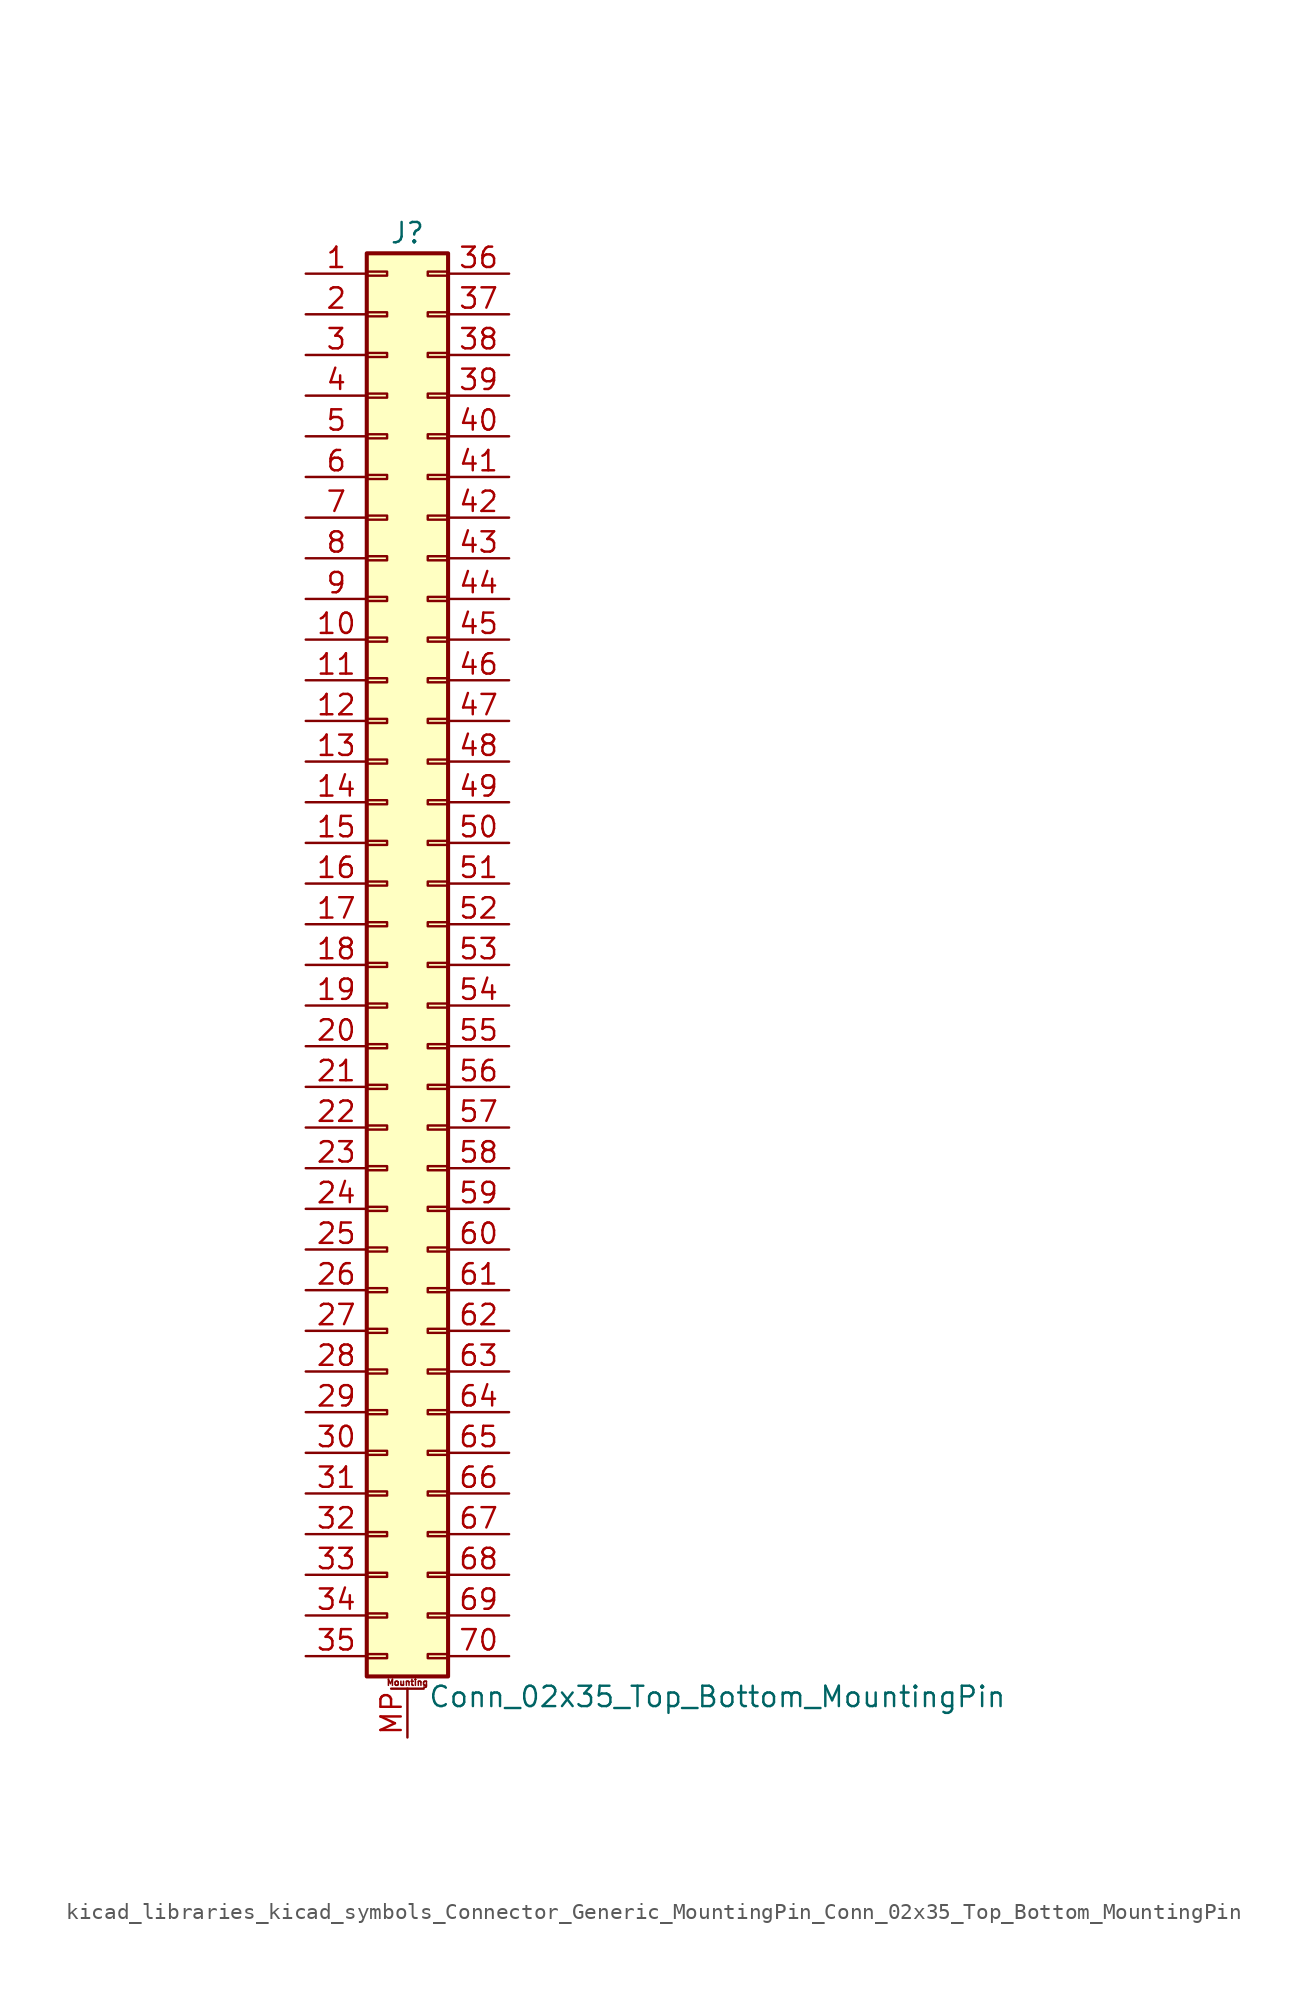
<source format=kicad_sym>
(kicad_symbol_lib
  (version 20220914)
  (generator kicad_symbol_editor)
  (symbol "kicad_libraries_kicad_symbols_Connector_Generic_MountingPin_Conn_02x35_Top_Bottom_MountingPin"
    (pin_names
      (offset 1.016) hide)
    (property "Reference" "J"
      (at 1.27 45.72 0)
      (effects (font (size 1.27 1.27))))
    (property "Value" "Conn_02x35_Top_Bottom_MountingPin"
      (at 2.54 -45.72 0)
      (effects (font (size 1.27 1.27)) (justify left)))
    (symbol "kicad_libraries_kicad_symbols_Connector_Generic_MountingPin_Conn_02x35_Top_Bottom_MountingPin_1_1"
      (rectangle (start -1.27 -43.053) (end 0 -43.307) (stroke (width 0.152) (type default)) (fill (type none)))
      (rectangle (start -1.27 -40.513) (end 0 -40.767) (stroke (width 0.152) (type default)) (fill (type none)))
      (rectangle (start -1.27 -37.973) (end 0 -38.227) (stroke (width 0.152) (type default)) (fill (type none)))
      (rectangle (start -1.27 -35.433) (end 0 -35.687) (stroke (width 0.152) (type default)) (fill (type none)))
      (rectangle (start -1.27 -32.893) (end 0 -33.147) (stroke (width 0.152) (type default)) (fill (type none)))
      (rectangle (start -1.27 -30.353) (end 0 -30.607) (stroke (width 0.152) (type default)) (fill (type none)))
      (rectangle (start -1.27 -27.813) (end 0 -28.067) (stroke (width 0.152) (type default)) (fill (type none)))
      (rectangle (start -1.27 -25.273) (end 0 -25.527) (stroke (width 0.152) (type default)) (fill (type none)))
      (rectangle (start -1.27 -22.733) (end 0 -22.987) (stroke (width 0.152) (type default)) (fill (type none)))
      (rectangle (start -1.27 -20.193) (end 0 -20.447) (stroke (width 0.152) (type default)) (fill (type none)))
      (rectangle (start -1.27 -17.653) (end 0 -17.907) (stroke (width 0.152) (type default)) (fill (type none)))
      (rectangle (start -1.27 -15.113) (end 0 -15.367) (stroke (width 0.152) (type default)) (fill (type none)))
      (rectangle (start -1.27 -12.573) (end 0 -12.827) (stroke (width 0.152) (type default)) (fill (type none)))
      (rectangle (start -1.27 -10.033) (end 0 -10.287) (stroke (width 0.152) (type default)) (fill (type none)))
      (rectangle (start -1.27 -7.493) (end 0 -7.747) (stroke (width 0.152) (type default)) (fill (type none)))
      (rectangle (start -1.27 -4.953) (end 0 -5.207) (stroke (width 0.152) (type default)) (fill (type none)))
      (rectangle (start -1.27 -2.413) (end 0 -2.667) (stroke (width 0.152) (type default)) (fill (type none)))
      (rectangle (start -1.27 0.127) (end 0 -0.127) (stroke (width 0.152) (type default)) (fill (type none)))
      (rectangle (start -1.27 2.667) (end 0 2.413) (stroke (width 0.152) (type default)) (fill (type none)))
      (rectangle (start -1.27 5.207) (end 0 4.953) (stroke (width 0.152) (type default)) (fill (type none)))
      (rectangle (start -1.27 7.747) (end 0 7.493) (stroke (width 0.152) (type default)) (fill (type none)))
      (rectangle (start -1.27 10.287) (end 0 10.033) (stroke (width 0.152) (type default)) (fill (type none)))
      (rectangle (start -1.27 12.827) (end 0 12.573) (stroke (width 0.152) (type default)) (fill (type none)))
      (rectangle (start -1.27 15.367) (end 0 15.113) (stroke (width 0.152) (type default)) (fill (type none)))
      (rectangle (start -1.27 17.907) (end 0 17.653) (stroke (width 0.152) (type default)) (fill (type none)))
      (rectangle (start -1.27 20.447) (end 0 20.193) (stroke (width 0.152) (type default)) (fill (type none)))
      (rectangle (start -1.27 22.987) (end 0 22.733) (stroke (width 0.152) (type default)) (fill (type none)))
      (rectangle (start -1.27 25.527) (end 0 25.273) (stroke (width 0.152) (type default)) (fill (type none)))
      (rectangle (start -1.27 28.067) (end 0 27.813) (stroke (width 0.152) (type default)) (fill (type none)))
      (rectangle (start -1.27 30.607) (end 0 30.353) (stroke (width 0.152) (type default)) (fill (type none)))
      (rectangle (start -1.27 33.147) (end 0 32.893) (stroke (width 0.152) (type default)) (fill (type none)))
      (rectangle (start -1.27 35.687) (end 0 35.433) (stroke (width 0.152) (type default)) (fill (type none)))
      (rectangle (start -1.27 38.227) (end 0 37.973) (stroke (width 0.152) (type default)) (fill (type none)))
      (rectangle (start -1.27 40.767) (end 0 40.513) (stroke (width 0.152) (type default)) (fill (type none)))
      (rectangle (start -1.27 43.307) (end 0 43.053) (stroke (width 0.152) (type default)) (fill (type none)))
      (rectangle (start -1.27 44.45) (end 3.81 -44.45) (stroke (width 0.254) (type default)) (fill (type background)))
      (polyline (pts (xy 0.254 -45.212) (xy 2.286 -45.212)) (stroke (width 0.152) (type default)) (fill (type none)))
      (rectangle (start 3.81 -43.053) (end 2.54 -43.307) (stroke (width 0.152) (type default)) (fill (type none)))
      (rectangle (start 3.81 -40.513) (end 2.54 -40.767) (stroke (width 0.152) (type default)) (fill (type none)))
      (rectangle (start 3.81 -37.973) (end 2.54 -38.227) (stroke (width 0.152) (type default)) (fill (type none)))
      (rectangle (start 3.81 -35.433) (end 2.54 -35.687) (stroke (width 0.152) (type default)) (fill (type none)))
      (rectangle (start 3.81 -32.893) (end 2.54 -33.147) (stroke (width 0.152) (type default)) (fill (type none)))
      (rectangle (start 3.81 -30.353) (end 2.54 -30.607) (stroke (width 0.152) (type default)) (fill (type none)))
      (rectangle (start 3.81 -27.813) (end 2.54 -28.067) (stroke (width 0.152) (type default)) (fill (type none)))
      (rectangle (start 3.81 -25.273) (end 2.54 -25.527) (stroke (width 0.152) (type default)) (fill (type none)))
      (rectangle (start 3.81 -22.733) (end 2.54 -22.987) (stroke (width 0.152) (type default)) (fill (type none)))
      (rectangle (start 3.81 -20.193) (end 2.54 -20.447) (stroke (width 0.152) (type default)) (fill (type none)))
      (rectangle (start 3.81 -17.653) (end 2.54 -17.907) (stroke (width 0.152) (type default)) (fill (type none)))
      (rectangle (start 3.81 -15.113) (end 2.54 -15.367) (stroke (width 0.152) (type default)) (fill (type none)))
      (rectangle (start 3.81 -12.573) (end 2.54 -12.827) (stroke (width 0.152) (type default)) (fill (type none)))
      (rectangle (start 3.81 -10.033) (end 2.54 -10.287) (stroke (width 0.152) (type default)) (fill (type none)))
      (rectangle (start 3.81 -7.493) (end 2.54 -7.747) (stroke (width 0.152) (type default)) (fill (type none)))
      (rectangle (start 3.81 -4.953) (end 2.54 -5.207) (stroke (width 0.152) (type default)) (fill (type none)))
      (rectangle (start 3.81 -2.413) (end 2.54 -2.667) (stroke (width 0.152) (type default)) (fill (type none)))
      (rectangle (start 3.81 0.127) (end 2.54 -0.127) (stroke (width 0.152) (type default)) (fill (type none)))
      (rectangle (start 3.81 2.667) (end 2.54 2.413) (stroke (width 0.152) (type default)) (fill (type none)))
      (rectangle (start 3.81 5.207) (end 2.54 4.953) (stroke (width 0.152) (type default)) (fill (type none)))
      (rectangle (start 3.81 7.747) (end 2.54 7.493) (stroke (width 0.152) (type default)) (fill (type none)))
      (rectangle (start 3.81 10.287) (end 2.54 10.033) (stroke (width 0.152) (type default)) (fill (type none)))
      (rectangle (start 3.81 12.827) (end 2.54 12.573) (stroke (width 0.152) (type default)) (fill (type none)))
      (rectangle (start 3.81 15.367) (end 2.54 15.113) (stroke (width 0.152) (type default)) (fill (type none)))
      (rectangle (start 3.81 17.907) (end 2.54 17.653) (stroke (width 0.152) (type default)) (fill (type none)))
      (rectangle (start 3.81 20.447) (end 2.54 20.193) (stroke (width 0.152) (type default)) (fill (type none)))
      (rectangle (start 3.81 22.987) (end 2.54 22.733) (stroke (width 0.152) (type default)) (fill (type none)))
      (rectangle (start 3.81 25.527) (end 2.54 25.273) (stroke (width 0.152) (type default)) (fill (type none)))
      (rectangle (start 3.81 28.067) (end 2.54 27.813) (stroke (width 0.152) (type default)) (fill (type none)))
      (rectangle (start 3.81 30.607) (end 2.54 30.353) (stroke (width 0.152) (type default)) (fill (type none)))
      (rectangle (start 3.81 33.147) (end 2.54 32.893) (stroke (width 0.152) (type default)) (fill (type none)))
      (rectangle (start 3.81 35.687) (end 2.54 35.433) (stroke (width 0.152) (type default)) (fill (type none)))
      (rectangle (start 3.81 38.227) (end 2.54 37.973) (stroke (width 0.152) (type default)) (fill (type none)))
      (rectangle (start 3.81 40.767) (end 2.54 40.513) (stroke (width 0.152) (type default)) (fill (type none)))
      (rectangle (start 3.81 43.307) (end 2.54 43.053) (stroke (width 0.152) (type default)) (fill (type none)))
      (text "Mounting" (at 1.27 -44.831 0) (effects (font (size 0.381 0.381))))
      (pin passive line (at -5.08 43.18 0) (length 3.81) (name "Pin_1" (effects (font (size 1.27 1.27)))) (number "1" (effects (font (size 1.27 1.27)))))
      (pin passive line (at -5.08 20.32 0) (length 3.81) (name "Pin_10" (effects (font (size 1.27 1.27)))) (number "10" (effects (font (size 1.27 1.27)))))
      (pin passive line (at -5.08 17.78 0) (length 3.81) (name "Pin_11" (effects (font (size 1.27 1.27)))) (number "11" (effects (font (size 1.27 1.27)))))
      (pin passive line (at -5.08 15.24 0) (length 3.81) (name "Pin_12" (effects (font (size 1.27 1.27)))) (number "12" (effects (font (size 1.27 1.27)))))
      (pin passive line (at -5.08 12.7 0) (length 3.81) (name "Pin_13" (effects (font (size 1.27 1.27)))) (number "13" (effects (font (size 1.27 1.27)))))
      (pin passive line (at -5.08 10.16 0) (length 3.81) (name "Pin_14" (effects (font (size 1.27 1.27)))) (number "14" (effects (font (size 1.27 1.27)))))
      (pin passive line (at -5.08 7.62 0) (length 3.81) (name "Pin_15" (effects (font (size 1.27 1.27)))) (number "15" (effects (font (size 1.27 1.27)))))
      (pin passive line (at -5.08 5.08 0) (length 3.81) (name "Pin_16" (effects (font (size 1.27 1.27)))) (number "16" (effects (font (size 1.27 1.27)))))
      (pin passive line (at -5.08 2.54 0) (length 3.81) (name "Pin_17" (effects (font (size 1.27 1.27)))) (number "17" (effects (font (size 1.27 1.27)))))
      (pin passive line (at -5.08 0 0) (length 3.81) (name "Pin_18" (effects (font (size 1.27 1.27)))) (number "18" (effects (font (size 1.27 1.27)))))
      (pin passive line (at -5.08 -2.54 0) (length 3.81) (name "Pin_19" (effects (font (size 1.27 1.27)))) (number "19" (effects (font (size 1.27 1.27)))))
      (pin passive line (at -5.08 40.64 0) (length 3.81) (name "Pin_2" (effects (font (size 1.27 1.27)))) (number "2" (effects (font (size 1.27 1.27)))))
      (pin passive line (at -5.08 -5.08 0) (length 3.81) (name "Pin_20" (effects (font (size 1.27 1.27)))) (number "20" (effects (font (size 1.27 1.27)))))
      (pin passive line (at -5.08 -7.62 0) (length 3.81) (name "Pin_21" (effects (font (size 1.27 1.27)))) (number "21" (effects (font (size 1.27 1.27)))))
      (pin passive line (at -5.08 -10.16 0) (length 3.81) (name "Pin_22" (effects (font (size 1.27 1.27)))) (number "22" (effects (font (size 1.27 1.27)))))
      (pin passive line (at -5.08 -12.7 0) (length 3.81) (name "Pin_23" (effects (font (size 1.27 1.27)))) (number "23" (effects (font (size 1.27 1.27)))))
      (pin passive line (at -5.08 -15.24 0) (length 3.81) (name "Pin_24" (effects (font (size 1.27 1.27)))) (number "24" (effects (font (size 1.27 1.27)))))
      (pin passive line (at -5.08 -17.78 0) (length 3.81) (name "Pin_25" (effects (font (size 1.27 1.27)))) (number "25" (effects (font (size 1.27 1.27)))))
      (pin passive line (at -5.08 -20.32 0) (length 3.81) (name "Pin_26" (effects (font (size 1.27 1.27)))) (number "26" (effects (font (size 1.27 1.27)))))
      (pin passive line (at -5.08 -22.86 0) (length 3.81) (name "Pin_27" (effects (font (size 1.27 1.27)))) (number "27" (effects (font (size 1.27 1.27)))))
      (pin passive line (at -5.08 -25.4 0) (length 3.81) (name "Pin_28" (effects (font (size 1.27 1.27)))) (number "28" (effects (font (size 1.27 1.27)))))
      (pin passive line (at -5.08 -27.94 0) (length 3.81) (name "Pin_29" (effects (font (size 1.27 1.27)))) (number "29" (effects (font (size 1.27 1.27)))))
      (pin passive line (at -5.08 38.1 0) (length 3.81) (name "Pin_3" (effects (font (size 1.27 1.27)))) (number "3" (effects (font (size 1.27 1.27)))))
      (pin passive line (at -5.08 -30.48 0) (length 3.81) (name "Pin_30" (effects (font (size 1.27 1.27)))) (number "30" (effects (font (size 1.27 1.27)))))
      (pin passive line (at -5.08 -33.02 0) (length 3.81) (name "Pin_31" (effects (font (size 1.27 1.27)))) (number "31" (effects (font (size 1.27 1.27)))))
      (pin passive line (at -5.08 -35.56 0) (length 3.81) (name "Pin_32" (effects (font (size 1.27 1.27)))) (number "32" (effects (font (size 1.27 1.27)))))
      (pin passive line (at -5.08 -38.1 0) (length 3.81) (name "Pin_33" (effects (font (size 1.27 1.27)))) (number "33" (effects (font (size 1.27 1.27)))))
      (pin passive line (at -5.08 -40.64 0) (length 3.81) (name "Pin_34" (effects (font (size 1.27 1.27)))) (number "34" (effects (font (size 1.27 1.27)))))
      (pin passive line (at -5.08 -43.18 0) (length 3.81) (name "Pin_35" (effects (font (size 1.27 1.27)))) (number "35" (effects (font (size 1.27 1.27)))))
      (pin passive line (at 7.62 43.18 180) (length 3.81) (name "Pin_36" (effects (font (size 1.27 1.27)))) (number "36" (effects (font (size 1.27 1.27)))))
      (pin passive line (at 7.62 40.64 180) (length 3.81) (name "Pin_37" (effects (font (size 1.27 1.27)))) (number "37" (effects (font (size 1.27 1.27)))))
      (pin passive line (at 7.62 38.1 180) (length 3.81) (name "Pin_38" (effects (font (size 1.27 1.27)))) (number "38" (effects (font (size 1.27 1.27)))))
      (pin passive line (at 7.62 35.56 180) (length 3.81) (name "Pin_39" (effects (font (size 1.27 1.27)))) (number "39" (effects (font (size 1.27 1.27)))))
      (pin passive line (at -5.08 35.56 0) (length 3.81) (name "Pin_4" (effects (font (size 1.27 1.27)))) (number "4" (effects (font (size 1.27 1.27)))))
      (pin passive line (at 7.62 33.02 180) (length 3.81) (name "Pin_40" (effects (font (size 1.27 1.27)))) (number "40" (effects (font (size 1.27 1.27)))))
      (pin passive line (at 7.62 30.48 180) (length 3.81) (name "Pin_41" (effects (font (size 1.27 1.27)))) (number "41" (effects (font (size 1.27 1.27)))))
      (pin passive line (at 7.62 27.94 180) (length 3.81) (name "Pin_42" (effects (font (size 1.27 1.27)))) (number "42" (effects (font (size 1.27 1.27)))))
      (pin passive line (at 7.62 25.4 180) (length 3.81) (name "Pin_43" (effects (font (size 1.27 1.27)))) (number "43" (effects (font (size 1.27 1.27)))))
      (pin passive line (at 7.62 22.86 180) (length 3.81) (name "Pin_44" (effects (font (size 1.27 1.27)))) (number "44" (effects (font (size 1.27 1.27)))))
      (pin passive line (at 7.62 20.32 180) (length 3.81) (name "Pin_45" (effects (font (size 1.27 1.27)))) (number "45" (effects (font (size 1.27 1.27)))))
      (pin passive line (at 7.62 17.78 180) (length 3.81) (name "Pin_46" (effects (font (size 1.27 1.27)))) (number "46" (effects (font (size 1.27 1.27)))))
      (pin passive line (at 7.62 15.24 180) (length 3.81) (name "Pin_47" (effects (font (size 1.27 1.27)))) (number "47" (effects (font (size 1.27 1.27)))))
      (pin passive line (at 7.62 12.7 180) (length 3.81) (name "Pin_48" (effects (font (size 1.27 1.27)))) (number "48" (effects (font (size 1.27 1.27)))))
      (pin passive line (at 7.62 10.16 180) (length 3.81) (name "Pin_49" (effects (font (size 1.27 1.27)))) (number "49" (effects (font (size 1.27 1.27)))))
      (pin passive line (at -5.08 33.02 0) (length 3.81) (name "Pin_5" (effects (font (size 1.27 1.27)))) (number "5" (effects (font (size 1.27 1.27)))))
      (pin passive line (at 7.62 7.62 180) (length 3.81) (name "Pin_50" (effects (font (size 1.27 1.27)))) (number "50" (effects (font (size 1.27 1.27)))))
      (pin passive line (at 7.62 5.08 180) (length 3.81) (name "Pin_51" (effects (font (size 1.27 1.27)))) (number "51" (effects (font (size 1.27 1.27)))))
      (pin passive line (at 7.62 2.54 180) (length 3.81) (name "Pin_52" (effects (font (size 1.27 1.27)))) (number "52" (effects (font (size 1.27 1.27)))))
      (pin passive line (at 7.62 0 180) (length 3.81) (name "Pin_53" (effects (font (size 1.27 1.27)))) (number "53" (effects (font (size 1.27 1.27)))))
      (pin passive line (at 7.62 -2.54 180) (length 3.81) (name "Pin_54" (effects (font (size 1.27 1.27)))) (number "54" (effects (font (size 1.27 1.27)))))
      (pin passive line (at 7.62 -5.08 180) (length 3.81) (name "Pin_55" (effects (font (size 1.27 1.27)))) (number "55" (effects (font (size 1.27 1.27)))))
      (pin passive line (at 7.62 -7.62 180) (length 3.81) (name "Pin_56" (effects (font (size 1.27 1.27)))) (number "56" (effects (font (size 1.27 1.27)))))
      (pin passive line (at 7.62 -10.16 180) (length 3.81) (name "Pin_57" (effects (font (size 1.27 1.27)))) (number "57" (effects (font (size 1.27 1.27)))))
      (pin passive line (at 7.62 -12.7 180) (length 3.81) (name "Pin_58" (effects (font (size 1.27 1.27)))) (number "58" (effects (font (size 1.27 1.27)))))
      (pin passive line (at 7.62 -15.24 180) (length 3.81) (name "Pin_59" (effects (font (size 1.27 1.27)))) (number "59" (effects (font (size 1.27 1.27)))))
      (pin passive line (at -5.08 30.48 0) (length 3.81) (name "Pin_6" (effects (font (size 1.27 1.27)))) (number "6" (effects (font (size 1.27 1.27)))))
      (pin passive line (at 7.62 -17.78 180) (length 3.81) (name "Pin_60" (effects (font (size 1.27 1.27)))) (number "60" (effects (font (size 1.27 1.27)))))
      (pin passive line (at 7.62 -20.32 180) (length 3.81) (name "Pin_61" (effects (font (size 1.27 1.27)))) (number "61" (effects (font (size 1.27 1.27)))))
      (pin passive line (at 7.62 -22.86 180) (length 3.81) (name "Pin_62" (effects (font (size 1.27 1.27)))) (number "62" (effects (font (size 1.27 1.27)))))
      (pin passive line (at 7.62 -25.4 180) (length 3.81) (name "Pin_63" (effects (font (size 1.27 1.27)))) (number "63" (effects (font (size 1.27 1.27)))))
      (pin passive line (at 7.62 -27.94 180) (length 3.81) (name "Pin_64" (effects (font (size 1.27 1.27)))) (number "64" (effects (font (size 1.27 1.27)))))
      (pin passive line (at 7.62 -30.48 180) (length 3.81) (name "Pin_65" (effects (font (size 1.27 1.27)))) (number "65" (effects (font (size 1.27 1.27)))))
      (pin passive line (at 7.62 -33.02 180) (length 3.81) (name "Pin_66" (effects (font (size 1.27 1.27)))) (number "66" (effects (font (size 1.27 1.27)))))
      (pin passive line (at 7.62 -35.56 180) (length 3.81) (name "Pin_67" (effects (font (size 1.27 1.27)))) (number "67" (effects (font (size 1.27 1.27)))))
      (pin passive line (at 7.62 -38.1 180) (length 3.81) (name "Pin_68" (effects (font (size 1.27 1.27)))) (number "68" (effects (font (size 1.27 1.27)))))
      (pin passive line (at 7.62 -40.64 180) (length 3.81) (name "Pin_69" (effects (font (size 1.27 1.27)))) (number "69" (effects (font (size 1.27 1.27)))))
      (pin passive line (at -5.08 27.94 0) (length 3.81) (name "Pin_7" (effects (font (size 1.27 1.27)))) (number "7" (effects (font (size 1.27 1.27)))))
      (pin passive line (at 7.62 -43.18 180) (length 3.81) (name "Pin_70" (effects (font (size 1.27 1.27)))) (number "70" (effects (font (size 1.27 1.27)))))
      (pin passive line (at -5.08 25.4 0) (length 3.81) (name "Pin_8" (effects (font (size 1.27 1.27)))) (number "8" (effects (font (size 1.27 1.27)))))
      (pin passive line (at -5.08 22.86 0) (length 3.81) (name "Pin_9" (effects (font (size 1.27 1.27)))) (number "9" (effects (font (size 1.27 1.27)))))
      (pin passive line (at 1.27 -48.26 90) (length 3.048) (name "MountPin" (effects (font (size 1.27 1.27)))) (number "MP" (effects (font (size 1.27 1.27))))))))
</source>
